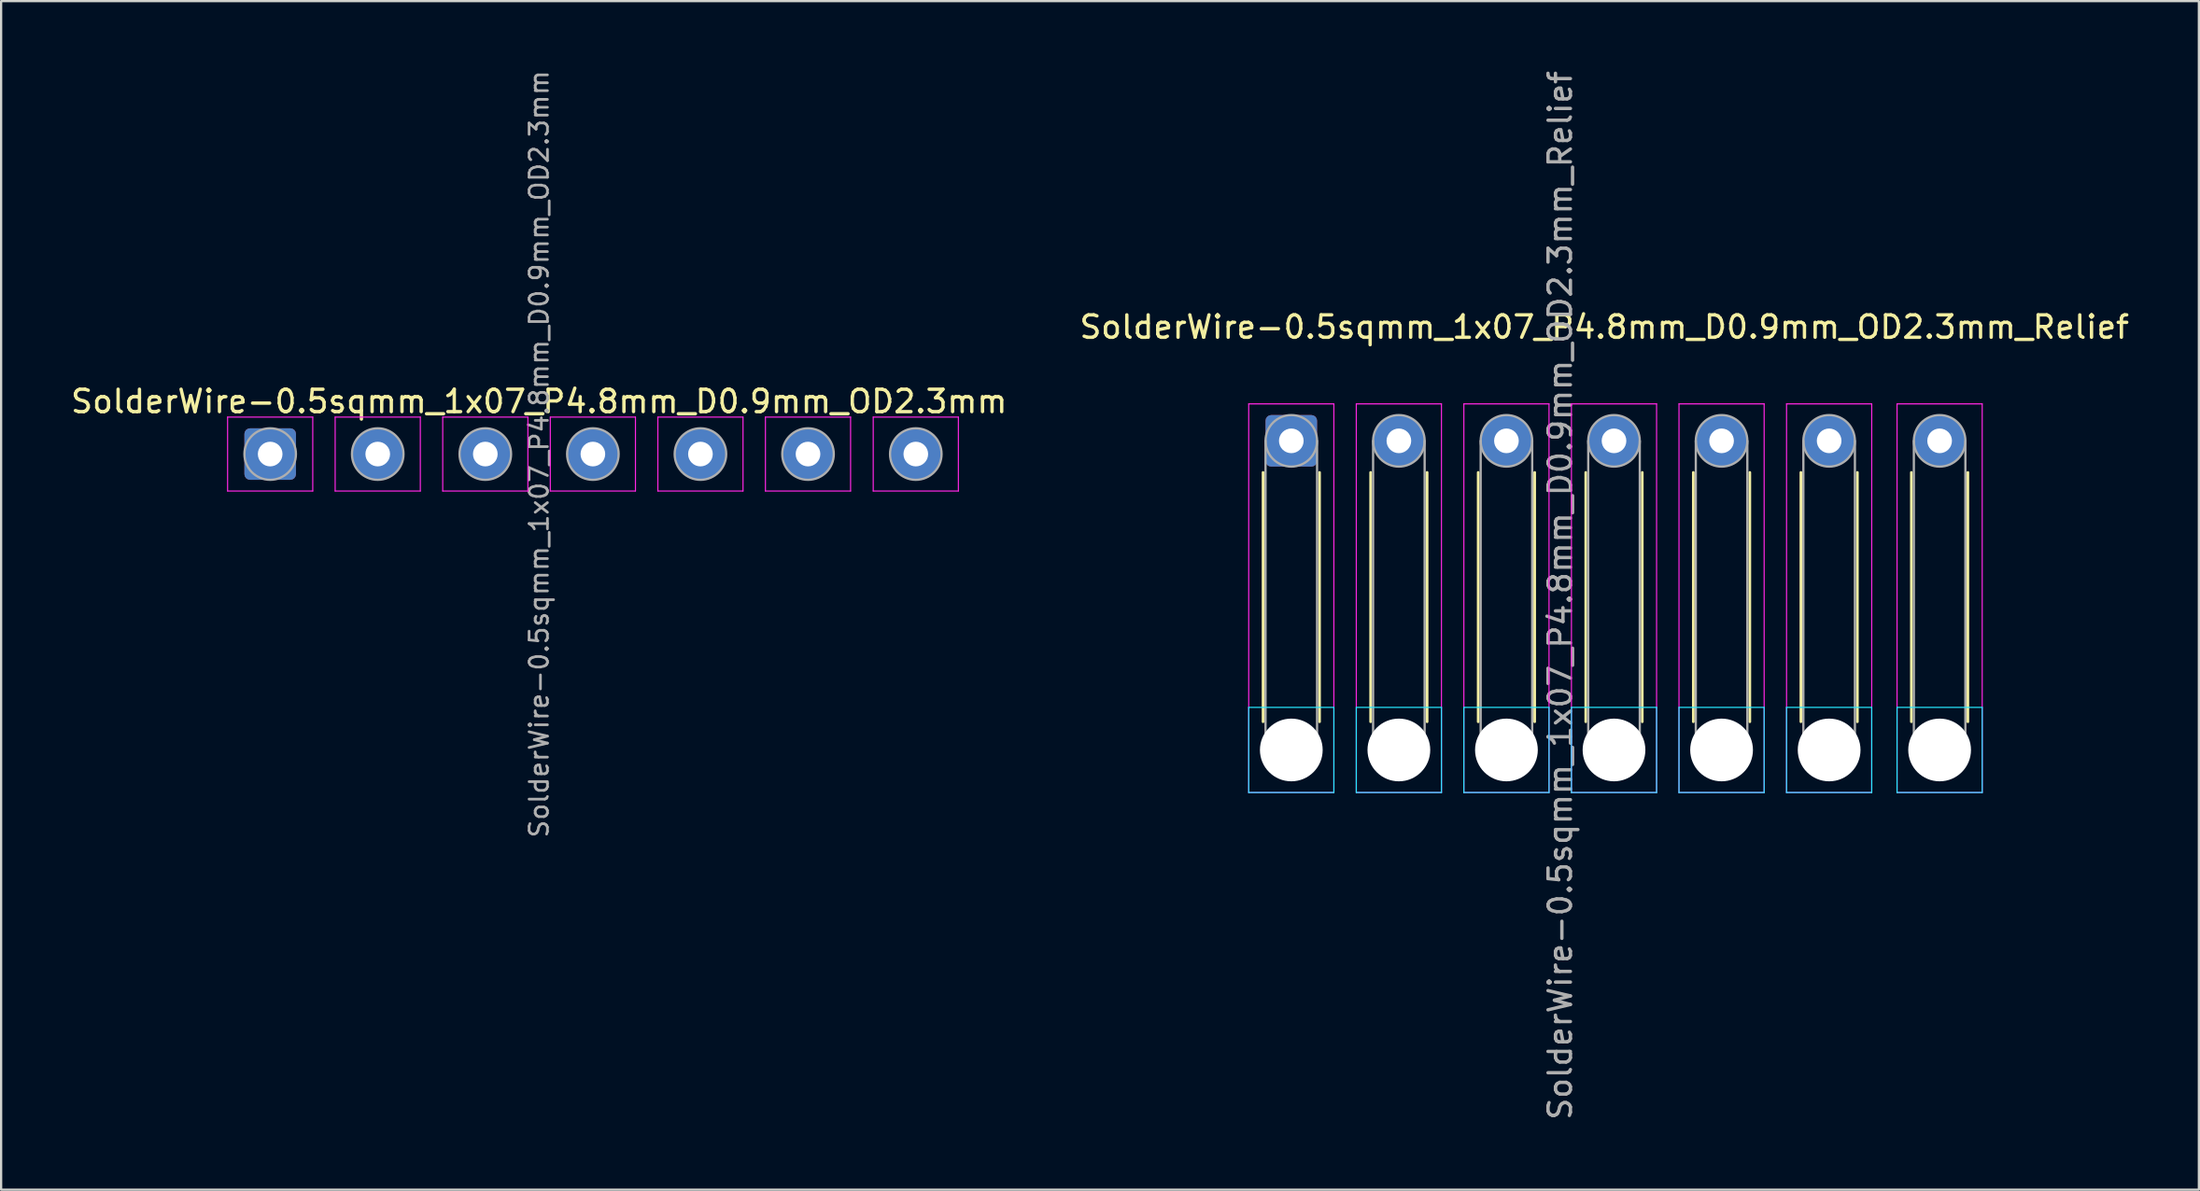
<source format=kicad_pcb>
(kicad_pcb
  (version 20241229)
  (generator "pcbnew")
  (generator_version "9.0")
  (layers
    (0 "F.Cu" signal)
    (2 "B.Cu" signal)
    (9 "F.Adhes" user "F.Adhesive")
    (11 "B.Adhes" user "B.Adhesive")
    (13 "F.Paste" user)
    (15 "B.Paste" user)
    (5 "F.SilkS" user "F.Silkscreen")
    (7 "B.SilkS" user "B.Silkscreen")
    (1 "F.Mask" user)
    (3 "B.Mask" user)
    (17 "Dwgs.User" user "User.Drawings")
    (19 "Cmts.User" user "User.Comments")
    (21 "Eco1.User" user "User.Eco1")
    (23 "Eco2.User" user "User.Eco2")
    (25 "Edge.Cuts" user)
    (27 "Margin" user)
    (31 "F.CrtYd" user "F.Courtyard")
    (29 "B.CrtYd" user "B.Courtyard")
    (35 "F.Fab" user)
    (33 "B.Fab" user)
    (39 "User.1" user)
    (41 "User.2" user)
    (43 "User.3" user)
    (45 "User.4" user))
  (footprint "SolderWire-0.5sqmm_1x07_P4.8mm_D0.9mm_OD2.3mm"
    (layer "F.Cu")
    (at 9.006 17.22)
    (property "Reference" "SolderWire-0.5sqmm_1x07_P4.8mm_D0.9mm_OD2.3mm" (at 12 -2.35 0) (layer "F.SilkS") (effects (font (size 1 1) (thickness 0.15))))
    (attr exclude_from_pos_files exclude_from_bom)
    (fp_line (start -1.9 -1.65) (end -1.9 1.65) (stroke (width 0.05) (type solid)) (layer "F.CrtYd"))
    (fp_line (start -1.9 1.65) (end 1.9 1.65) (stroke (width 0.05) (type solid)) (layer "F.CrtYd"))
    (fp_line (start 1.9 -1.65) (end -1.9 -1.65) (stroke (width 0.05) (type solid)) (layer "F.CrtYd"))
    (fp_line (start 1.9 1.65) (end 1.9 -1.65) (stroke (width 0.05) (type solid)) (layer "F.CrtYd"))
    (fp_line (start 2.9 -1.65) (end 2.9 1.65) (stroke (width 0.05) (type solid)) (layer "F.CrtYd"))
    (fp_line (start 2.9 1.65) (end 6.7 1.65) (stroke (width 0.05) (type solid)) (layer "F.CrtYd"))
    (fp_line (start 6.7 -1.65) (end 2.9 -1.65) (stroke (width 0.05) (type solid)) (layer "F.CrtYd"))
    (fp_line (start 6.7 1.65) (end 6.7 -1.65) (stroke (width 0.05) (type solid)) (layer "F.CrtYd"))
    (fp_line (start 7.7 -1.65) (end 7.7 1.65) (stroke (width 0.05) (type solid)) (layer "F.CrtYd"))
    (fp_line (start 7.7 1.65) (end 11.5 1.65) (stroke (width 0.05) (type solid)) (layer "F.CrtYd"))
    (fp_line (start 11.5 -1.65) (end 7.7 -1.65) (stroke (width 0.05) (type solid)) (layer "F.CrtYd"))
    (fp_line (start 11.5 1.65) (end 11.5 -1.65) (stroke (width 0.05) (type solid)) (layer "F.CrtYd"))
    (fp_line (start 12.5 -1.65) (end 12.5 1.65) (stroke (width 0.05) (type solid)) (layer "F.CrtYd"))
    (fp_line (start 12.5 1.65) (end 16.3 1.65) (stroke (width 0.05) (type solid)) (layer "F.CrtYd"))
    (fp_line (start 16.3 -1.65) (end 12.5 -1.65) (stroke (width 0.05) (type solid)) (layer "F.CrtYd"))
    (fp_line (start 16.3 1.65) (end 16.3 -1.65) (stroke (width 0.05) (type solid)) (layer "F.CrtYd"))
    (fp_line (start 17.3 -1.65) (end 17.3 1.65) (stroke (width 0.05) (type solid)) (layer "F.CrtYd"))
    (fp_line (start 17.3 1.65) (end 21.1 1.65) (stroke (width 0.05) (type solid)) (layer "F.CrtYd"))
    (fp_line (start 21.1 -1.65) (end 17.3 -1.65) (stroke (width 0.05) (type solid)) (layer "F.CrtYd"))
    (fp_line (start 21.1 1.65) (end 21.1 -1.65) (stroke (width 0.05) (type solid)) (layer "F.CrtYd"))
    (fp_line (start 22.1 -1.65) (end 22.1 1.65) (stroke (width 0.05) (type solid)) (layer "F.CrtYd"))
    (fp_line (start 22.1 1.65) (end 25.9 1.65) (stroke (width 0.05) (type solid)) (layer "F.CrtYd"))
    (fp_line (start 25.9 -1.65) (end 22.1 -1.65) (stroke (width 0.05) (type solid)) (layer "F.CrtYd"))
    (fp_line (start 25.9 1.65) (end 25.9 -1.65) (stroke (width 0.05) (type solid)) (layer "F.CrtYd"))
    (fp_line (start 26.91 -1.65) (end 26.91 1.65) (stroke (width 0.05) (type solid)) (layer "F.CrtYd"))
    (fp_line (start 26.91 1.65) (end 30.71 1.65) (stroke (width 0.05) (type solid)) (layer "F.CrtYd"))
    (fp_line (start 30.71 -1.65) (end 26.91 -1.65) (stroke (width 0.05) (type solid)) (layer "F.CrtYd"))
    (fp_line (start 30.71 1.65) (end 30.71 -1.65) (stroke (width 0.05) (type solid)) (layer "F.CrtYd"))
    (fp_circle (center 0 0) (end 1.15 0) (stroke (width 0.1) (type solid)) (fill no) (layer "F.Fab"))
    (fp_circle (center 4.8 0) (end 5.95 0) (stroke (width 0.1) (type solid)) (fill no) (layer "F.Fab"))
    (fp_circle (center 9.6 0) (end 10.75 0) (stroke (width 0.1) (type solid)) (fill no) (layer "F.Fab"))
    (fp_circle (center 14.4 0) (end 15.55 0) (stroke (width 0.1) (type solid)) (fill no) (layer "F.Fab"))
    (fp_circle (center 19.2 0) (end 20.35 0) (stroke (width 0.1) (type solid)) (fill no) (layer "F.Fab"))
    (fp_circle (center 24 0) (end 25.15 0) (stroke (width 0.1) (type solid)) (fill no) (layer "F.Fab"))
    (fp_circle (center 28.81 0) (end 29.96 0) (stroke (width 0.1) (type solid)) (fill no) (layer "F.Fab"))
    (fp_text user "${REFERENCE}" (at 12 0 90) (layer "F.Fab") (effects (font (size 0.82 0.82) (thickness 0.12))))
    (pad "1" thru_hole roundrect (at 0 0) (size 2.3 2.3) (drill 1.1) (layers "*.Cu" "*.Mask") (roundrect_rratio 0.109))
    (pad "2" thru_hole circle (at 4.8 0) (size 2.3 2.3) (drill 1.1) (layers "*.Cu" "*.Mask"))
    (pad "3" thru_hole circle (at 9.6 0) (size 2.3 2.3) (drill 1.1) (layers "*.Cu" "*.Mask"))
    (pad "4" thru_hole circle (at 14.4 0) (size 2.3 2.3) (drill 1.1) (layers "*.Cu" "*.Mask"))
    (pad "5" thru_hole circle (at 19.2 0) (size 2.3 2.3) (drill 1.1) (layers "*.Cu" "*.Mask"))
    (pad "6" thru_hole circle (at 24 0) (size 2.3 2.3) (drill 1.1) (layers "*.Cu" "*.Mask"))
    (pad "7" thru_hole circle (at 28.81 0) (size 2.3 2.3) (drill 1.1) (layers "*.Cu" "*.Mask")))
  (footprint "SolderWire-0.5sqmm_1x07_P4.8mm_D0.9mm_OD2.3mm_Relief"
    (layer "F.Cu")
    (at 54.572 16.63)
    (property "Reference" "SolderWire-0.5sqmm_1x07_P4.8mm_D0.9mm_OD2.3mm_Relief" (at 13.97 -5.08 0) (layer "F.SilkS") (effects (font (size 1 1) (thickness 0.15))))
    (attr exclude_from_pos_files exclude_from_bom)
    (fp_line (start -1.26 1.41) (end -1.26 12.54) (stroke (width 0.12) (type solid)) (layer "F.SilkS"))
    (fp_line (start 1.26 1.41) (end 1.26 12.54) (stroke (width 0.12) (type solid)) (layer "F.SilkS"))
    (fp_line (start 3.54 1.41) (end 3.54 12.54) (stroke (width 0.12) (type solid)) (layer "F.SilkS"))
    (fp_line (start 6.06 1.41) (end 6.06 12.54) (stroke (width 0.12) (type solid)) (layer "F.SilkS"))
    (fp_line (start 8.34 1.41) (end 8.34 12.54) (stroke (width 0.12) (type solid)) (layer "F.SilkS"))
    (fp_line (start 10.86 1.41) (end 10.86 12.54) (stroke (width 0.12) (type solid)) (layer "F.SilkS"))
    (fp_line (start 13.14 1.41) (end 13.14 12.54) (stroke (width 0.12) (type solid)) (layer "F.SilkS"))
    (fp_line (start 15.66 1.41) (end 15.66 12.54) (stroke (width 0.12) (type solid)) (layer "F.SilkS"))
    (fp_line (start 17.94 1.41) (end 17.94 12.54) (stroke (width 0.12) (type solid)) (layer "F.SilkS"))
    (fp_line (start 20.46 1.41) (end 20.46 12.54) (stroke (width 0.12) (type solid)) (layer "F.SilkS"))
    (fp_line (start 22.74 1.41) (end 22.74 12.54) (stroke (width 0.12) (type solid)) (layer "F.SilkS"))
    (fp_line (start 25.26 1.41) (end 25.26 12.54) (stroke (width 0.12) (type solid)) (layer "F.SilkS"))
    (fp_line (start 27.67 1.41) (end 27.67 12.54) (stroke (width 0.12) (type solid)) (layer "F.SilkS"))
    (fp_line (start 30.19 1.41) (end 30.19 12.54) (stroke (width 0.12) (type solid)) (layer "F.SilkS"))
    (fp_line (start -1.9 11.9) (end -1.9 15.7) (stroke (width 0.05) (type solid)) (layer "B.CrtYd"))
    (fp_line (start -1.9 15.7) (end 1.9 15.7) (stroke (width 0.05) (type solid)) (layer "B.CrtYd"))
    (fp_line (start 1.9 11.9) (end -1.9 11.9) (stroke (width 0.05) (type solid)) (layer "B.CrtYd"))
    (fp_line (start 1.9 15.7) (end 1.9 11.9) (stroke (width 0.05) (type solid)) (layer "B.CrtYd"))
    (fp_line (start 2.9 11.9) (end 2.9 15.7) (stroke (width 0.05) (type solid)) (layer "B.CrtYd"))
    (fp_line (start 2.9 15.7) (end 6.7 15.7) (stroke (width 0.05) (type solid)) (layer "B.CrtYd"))
    (fp_line (start 6.7 11.9) (end 2.9 11.9) (stroke (width 0.05) (type solid)) (layer "B.CrtYd"))
    (fp_line (start 6.7 15.7) (end 6.7 11.9) (stroke (width 0.05) (type solid)) (layer "B.CrtYd"))
    (fp_line (start 7.7 11.9) (end 7.7 15.7) (stroke (width 0.05) (type solid)) (layer "B.CrtYd"))
    (fp_line (start 7.7 15.7) (end 11.5 15.7) (stroke (width 0.05) (type solid)) (layer "B.CrtYd"))
    (fp_line (start 11.5 11.9) (end 7.7 11.9) (stroke (width 0.05) (type solid)) (layer "B.CrtYd"))
    (fp_line (start 11.5 15.7) (end 11.5 11.9) (stroke (width 0.05) (type solid)) (layer "B.CrtYd"))
    (fp_line (start 12.5 11.9) (end 12.5 15.7) (stroke (width 0.05) (type solid)) (layer "B.CrtYd"))
    (fp_line (start 12.5 15.7) (end 16.3 15.7) (stroke (width 0.05) (type solid)) (layer "B.CrtYd"))
    (fp_line (start 16.3 11.9) (end 12.5 11.9) (stroke (width 0.05) (type solid)) (layer "B.CrtYd"))
    (fp_line (start 16.3 15.7) (end 16.3 11.9) (stroke (width 0.05) (type solid)) (layer "B.CrtYd"))
    (fp_line (start 17.3 11.9) (end 17.3 15.7) (stroke (width 0.05) (type solid)) (layer "B.CrtYd"))
    (fp_line (start 17.3 15.7) (end 21.1 15.7) (stroke (width 0.05) (type solid)) (layer "B.CrtYd"))
    (fp_line (start 21.1 11.9) (end 17.3 11.9) (stroke (width 0.05) (type solid)) (layer "B.CrtYd"))
    (fp_line (start 21.1 15.7) (end 21.1 11.9) (stroke (width 0.05) (type solid)) (layer "B.CrtYd"))
    (fp_line (start 22.1 11.9) (end 22.1 15.7) (stroke (width 0.05) (type solid)) (layer "B.CrtYd"))
    (fp_line (start 22.1 15.7) (end 25.9 15.7) (stroke (width 0.05) (type solid)) (layer "B.CrtYd"))
    (fp_line (start 25.9 11.9) (end 22.1 11.9) (stroke (width 0.05) (type solid)) (layer "B.CrtYd"))
    (fp_line (start 25.9 15.7) (end 25.9 11.9) (stroke (width 0.05) (type solid)) (layer "B.CrtYd"))
    (fp_line (start 27.03 11.9) (end 27.03 15.7) (stroke (width 0.05) (type solid)) (layer "B.CrtYd"))
    (fp_line (start 27.03 15.7) (end 30.83 15.7) (stroke (width 0.05) (type solid)) (layer "B.CrtYd"))
    (fp_line (start 30.83 11.9) (end 27.03 11.9) (stroke (width 0.05) (type solid)) (layer "B.CrtYd"))
    (fp_line (start 30.83 15.7) (end 30.83 11.9) (stroke (width 0.05) (type solid)) (layer "B.CrtYd"))
    (fp_line (start -1.9 -1.65) (end -1.9 15.7) (stroke (width 0.05) (type solid)) (layer "F.CrtYd"))
    (fp_line (start -1.9 15.7) (end 1.9 15.7) (stroke (width 0.05) (type solid)) (layer "F.CrtYd"))
    (fp_line (start 1.9 -1.65) (end -1.9 -1.65) (stroke (width 0.05) (type solid)) (layer "F.CrtYd"))
    (fp_line (start 1.9 15.7) (end 1.9 -1.65) (stroke (width 0.05) (type solid)) (layer "F.CrtYd"))
    (fp_line (start 2.9 -1.65) (end 2.9 15.7) (stroke (width 0.05) (type solid)) (layer "F.CrtYd"))
    (fp_line (start 2.9 15.7) (end 6.7 15.7) (stroke (width 0.05) (type solid)) (layer "F.CrtYd"))
    (fp_line (start 6.7 -1.65) (end 2.9 -1.65) (stroke (width 0.05) (type solid)) (layer "F.CrtYd"))
    (fp_line (start 6.7 15.7) (end 6.7 -1.65) (stroke (width 0.05) (type solid)) (layer "F.CrtYd"))
    (fp_line (start 7.7 -1.65) (end 7.7 15.7) (stroke (width 0.05) (type solid)) (layer "F.CrtYd"))
    (fp_line (start 7.7 15.7) (end 11.5 15.7) (stroke (width 0.05) (type solid)) (layer "F.CrtYd"))
    (fp_line (start 11.5 -1.65) (end 7.7 -1.65) (stroke (width 0.05) (type solid)) (layer "F.CrtYd"))
    (fp_line (start 11.5 15.7) (end 11.5 -1.65) (stroke (width 0.05) (type solid)) (layer "F.CrtYd"))
    (fp_line (start 12.5 -1.65) (end 12.5 15.7) (stroke (width 0.05) (type solid)) (layer "F.CrtYd"))
    (fp_line (start 12.5 15.7) (end 16.3 15.7) (stroke (width 0.05) (type solid)) (layer "F.CrtYd"))
    (fp_line (start 16.3 -1.65) (end 12.5 -1.65) (stroke (width 0.05) (type solid)) (layer "F.CrtYd"))
    (fp_line (start 16.3 15.7) (end 16.3 -1.65) (stroke (width 0.05) (type solid)) (layer "F.CrtYd"))
    (fp_line (start 17.3 -1.65) (end 17.3 15.7) (stroke (width 0.05) (type solid)) (layer "F.CrtYd"))
    (fp_line (start 17.3 15.7) (end 21.1 15.7) (stroke (width 0.05) (type solid)) (layer "F.CrtYd"))
    (fp_line (start 21.1 -1.65) (end 17.3 -1.65) (stroke (width 0.05) (type solid)) (layer "F.CrtYd"))
    (fp_line (start 21.1 15.7) (end 21.1 -1.65) (stroke (width 0.05) (type solid)) (layer "F.CrtYd"))
    (fp_line (start 22.1 -1.65) (end 22.1 15.7) (stroke (width 0.05) (type solid)) (layer "F.CrtYd"))
    (fp_line (start 22.1 15.7) (end 25.9 15.7) (stroke (width 0.05) (type solid)) (layer "F.CrtYd"))
    (fp_line (start 25.9 -1.65) (end 22.1 -1.65) (stroke (width 0.05) (type solid)) (layer "F.CrtYd"))
    (fp_line (start 25.9 15.7) (end 25.9 -1.65) (stroke (width 0.05) (type solid)) (layer "F.CrtYd"))
    (fp_line (start 27.03 -1.65) (end 27.03 15.7) (stroke (width 0.05) (type solid)) (layer "F.CrtYd"))
    (fp_line (start 27.03 15.7) (end 30.83 15.7) (stroke (width 0.05) (type solid)) (layer "F.CrtYd"))
    (fp_line (start 30.83 -1.65) (end 27.03 -1.65) (stroke (width 0.05) (type solid)) (layer "F.CrtYd"))
    (fp_line (start 30.83 15.7) (end 30.83 -1.65) (stroke (width 0.05) (type solid)) (layer "F.CrtYd"))
    (fp_line (start -1.15 0) (end -1.15 13.8) (stroke (width 0.1) (type solid)) (layer "F.Fab"))
    (fp_line (start 1.15 0) (end 1.15 13.8) (stroke (width 0.1) (type solid)) (layer "F.Fab"))
    (fp_line (start 3.65 0) (end 3.65 13.8) (stroke (width 0.1) (type solid)) (layer "F.Fab"))
    (fp_line (start 5.95 0) (end 5.95 13.8) (stroke (width 0.1) (type solid)) (layer "F.Fab"))
    (fp_line (start 8.45 0) (end 8.45 13.8) (stroke (width 0.1) (type solid)) (layer "F.Fab"))
    (fp_line (start 10.75 0) (end 10.75 13.8) (stroke (width 0.1) (type solid)) (layer "F.Fab"))
    (fp_line (start 13.25 0) (end 13.25 13.8) (stroke (width 0.1) (type solid)) (layer "F.Fab"))
    (fp_line (start 15.55 0) (end 15.55 13.8) (stroke (width 0.1) (type solid)) (layer "F.Fab"))
    (fp_line (start 18.05 0) (end 18.05 13.8) (stroke (width 0.1) (type solid)) (layer "F.Fab"))
    (fp_line (start 20.35 0) (end 20.35 13.8) (stroke (width 0.1) (type solid)) (layer "F.Fab"))
    (fp_line (start 22.85 0) (end 22.85 13.8) (stroke (width 0.1) (type solid)) (layer "F.Fab"))
    (fp_line (start 25.15 0) (end 25.15 13.8) (stroke (width 0.1) (type solid)) (layer "F.Fab"))
    (fp_line (start 27.78 0) (end 27.78 13.8) (stroke (width 0.1) (type solid)) (layer "F.Fab"))
    (fp_line (start 30.08 0) (end 30.08 13.8) (stroke (width 0.1) (type solid)) (layer "F.Fab"))
    (fp_circle (center 0 0) (end 1.15 0) (stroke (width 0.1) (type solid)) (fill no) (layer "F.Fab"))
    (fp_circle (center 0 13.8) (end 1.15 13.8) (stroke (width 0.1) (type solid)) (fill no) (layer "F.Fab"))
    (fp_circle (center 4.8 0) (end 5.95 0) (stroke (width 0.1) (type solid)) (fill no) (layer "F.Fab"))
    (fp_circle (center 4.8 13.8) (end 5.95 13.8) (stroke (width 0.1) (type solid)) (fill no) (layer "F.Fab"))
    (fp_circle (center 9.6 0) (end 10.75 0) (stroke (width 0.1) (type solid)) (fill no) (layer "F.Fab"))
    (fp_circle (center 9.6 13.8) (end 10.75 13.8) (stroke (width 0.1) (type solid)) (fill no) (layer "F.Fab"))
    (fp_circle (center 14.4 0) (end 15.55 0) (stroke (width 0.1) (type solid)) (fill no) (layer "F.Fab"))
    (fp_circle (center 14.4 13.8) (end 15.55 13.8) (stroke (width 0.1) (type solid)) (fill no) (layer "F.Fab"))
    (fp_circle (center 19.2 0) (end 20.35 0) (stroke (width 0.1) (type solid)) (fill no) (layer "F.Fab"))
    (fp_circle (center 19.2 13.8) (end 20.35 13.8) (stroke (width 0.1) (type solid)) (fill no) (layer "F.Fab"))
    (fp_circle (center 24 0) (end 25.15 0) (stroke (width 0.1) (type solid)) (fill no) (layer "F.Fab"))
    (fp_circle (center 24 13.8) (end 25.15 13.8) (stroke (width 0.1) (type solid)) (fill no) (layer "F.Fab"))
    (fp_circle (center 28.93 0) (end 30.08 0) (stroke (width 0.1) (type solid)) (fill no) (layer "F.Fab"))
    (fp_circle (center 28.93 13.8) (end 30.08 13.8) (stroke (width 0.1) (type solid)) (fill no) (layer "F.Fab"))
    (fp_text user "${REFERENCE}" (at 12 6.9 90) (layer "F.Fab") (effects (font (size 1 1) (thickness 0.15))))
    (pad "" np_thru_hole circle (at 0 13.8) (size 2.8 2.8) (drill 2.8) (layers "*.Cu" "*.Mask"))
    (pad "" np_thru_hole circle (at 4.8 13.8) (size 2.8 2.8) (drill 2.8) (layers "*.Cu" "*.Mask"))
    (pad "" np_thru_hole circle (at 9.6 13.8) (size 2.8 2.8) (drill 2.8) (layers "*.Cu" "*.Mask"))
    (pad "" np_thru_hole circle (at 14.4 13.8) (size 2.8 2.8) (drill 2.8) (layers "*.Cu" "*.Mask"))
    (pad "" np_thru_hole circle (at 19.2 13.8) (size 2.8 2.8) (drill 2.8) (layers "*.Cu" "*.Mask"))
    (pad "" np_thru_hole circle (at 24 13.8) (size 2.8 2.8) (drill 2.8) (layers "*.Cu" "*.Mask"))
    (pad "" np_thru_hole circle (at 28.93 13.8) (size 2.8 2.8) (drill 2.8) (layers "*.Cu" "*.Mask"))
    (pad "1" thru_hole roundrect (at 0 0) (size 2.3 2.3) (drill 1.1) (layers "*.Cu" "*.Mask") (roundrect_rratio 0.109))
    (pad "2" thru_hole circle (at 4.8 0) (size 2.3 2.3) (drill 1.1) (layers "*.Cu" "*.Mask"))
    (pad "3" thru_hole circle (at 9.6 0) (size 2.3 2.3) (drill 1.1) (layers "*.Cu" "*.Mask"))
    (pad "4" thru_hole circle (at 14.4 0) (size 2.3 2.3) (drill 1.1) (layers "*.Cu" "*.Mask"))
    (pad "5" thru_hole circle (at 19.2 0) (size 2.3 2.3) (drill 1.1) (layers "*.Cu" "*.Mask"))
    (pad "6" thru_hole circle (at 24 0) (size 2.3 2.3) (drill 1.1) (layers "*.Cu" "*.Mask"))
    (pad "7" thru_hole circle (at 28.93 0) (size 2.3 2.3) (drill 1.1) (layers "*.Cu" "*.Mask")))
  (gr_rect
    (start -3 -3)
    (end 95.071 50.06)
    (stroke (width 0.1) (type default))
    (fill no)
    (layer "Edge.Cuts")))
</source>
